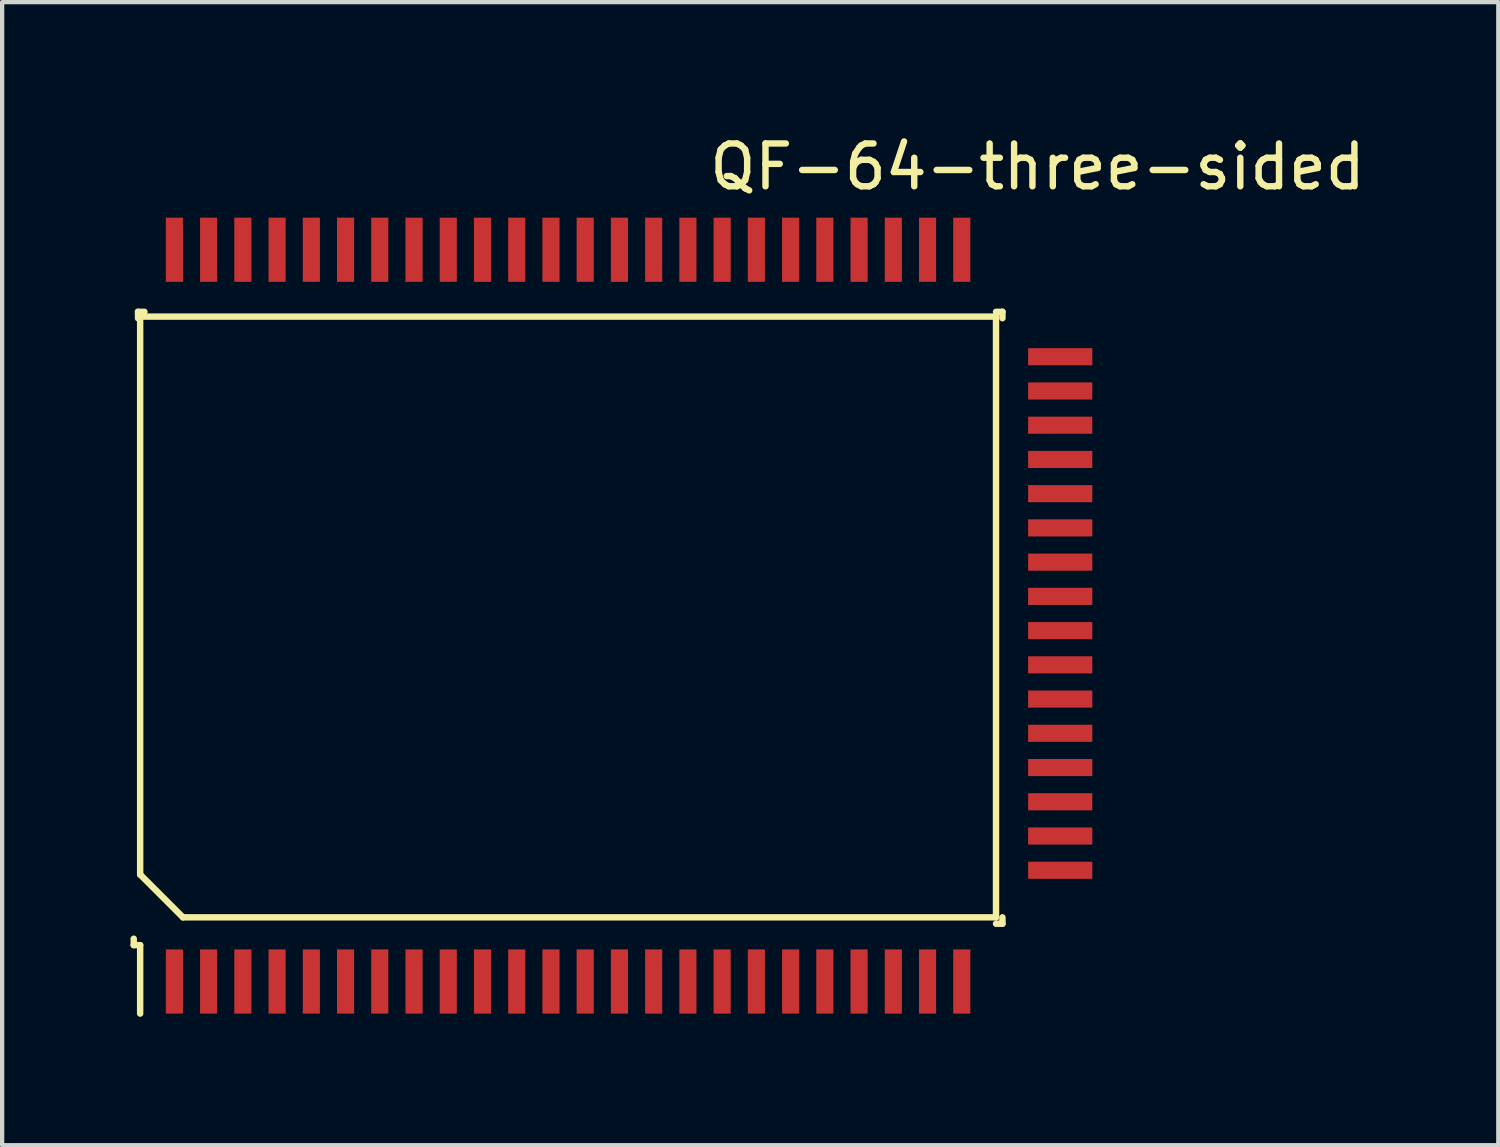
<source format=kicad_pcb>
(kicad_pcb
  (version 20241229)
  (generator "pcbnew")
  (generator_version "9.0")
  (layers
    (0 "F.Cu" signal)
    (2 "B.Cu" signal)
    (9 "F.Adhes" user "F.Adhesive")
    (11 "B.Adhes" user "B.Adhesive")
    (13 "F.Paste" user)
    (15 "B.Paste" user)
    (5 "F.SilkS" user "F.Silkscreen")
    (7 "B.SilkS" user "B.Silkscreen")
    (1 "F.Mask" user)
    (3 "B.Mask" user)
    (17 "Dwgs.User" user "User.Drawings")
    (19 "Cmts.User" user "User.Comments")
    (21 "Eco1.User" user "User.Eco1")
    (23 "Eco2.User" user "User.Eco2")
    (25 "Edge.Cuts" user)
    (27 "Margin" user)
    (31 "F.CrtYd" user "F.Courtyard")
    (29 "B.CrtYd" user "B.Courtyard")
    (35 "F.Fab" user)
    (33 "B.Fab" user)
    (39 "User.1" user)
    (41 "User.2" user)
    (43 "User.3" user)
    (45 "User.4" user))
  (footprint "QF-64-three-sided"
    (layer "F.Cu")
    (at 9.895 8.648)
    (property "Reference" "QF-64-three-sided" (at 11.3 -7.8 0) (layer "F.SilkS") (effects (font (size 1 1) (thickness 0.15))))
    (attr smd)
    (fp_line (start -9.82 10.238) (end -9.82 10.388) (stroke (width 0.15) (type solid)) (layer "F.SilkS"))
    (fp_line (start -9.82 10.388) (end -9.67 10.388) (stroke (width 0.15) (type solid)) (layer "F.SilkS"))
    (fp_line (start -9.72 -4.412) (end -9.57 -4.412) (stroke (width 0.15) (type solid)) (layer "F.SilkS"))
    (fp_line (start -9.72 -4.262) (end -9.72 -4.412) (stroke (width 0.15) (type solid)) (layer "F.SilkS"))
    (fp_line (start -9.67 -4.303) (end -9.67 8.738) (stroke (width 0.15) (type solid)) (layer "F.SilkS"))
    (fp_line (start -9.67 8.738) (end -8.67 9.738) (stroke (width 0.15) (type solid)) (layer "F.SilkS"))
    (fp_line (start -9.67 10.388) (end -9.67 11.988) (stroke (width 0.15) (type solid)) (layer "F.SilkS"))
    (fp_line (start -8.67 9.738) (end 10.33 9.738) (stroke (width 0.15) (type solid)) (layer "F.SilkS"))
    (fp_line (start 10.3 -4.3) (end -9.7 -4.3) (stroke (width 0.15) (type solid)) (layer "F.SilkS"))
    (fp_line (start 10.33 9.738) (end 10.33 -4.303) (stroke (width 0.15) (type solid)) (layer "F.SilkS"))
    (fp_line (start 10.48 -4.412) (end 10.33 -4.412) (stroke (width 0.15) (type solid)) (layer "F.SilkS"))
    (fp_line (start 10.48 -4.262) (end 10.48 -4.412) (stroke (width 0.15) (type solid)) (layer "F.SilkS"))
    (fp_line (start 10.48 9.738) (end 10.48 9.888) (stroke (width 0.15) (type solid)) (layer "F.SilkS"))
    (fp_line (start 10.48 9.888) (end 10.33 9.888) (stroke (width 0.15) (type solid)) (layer "F.SilkS"))
    (pad "1" smd rect (at -8.87 11.238 180) (size 0.4 1.5) (layers "F.Cu" "F.Mask" "F.Paste"))
    (pad "2" smd rect (at -8.07 11.238 180) (size 0.4 1.5) (layers "F.Cu" "F.Mask" "F.Paste"))
    (pad "3" smd rect (at -7.27 11.238 180) (size 0.4 1.5) (layers "F.Cu" "F.Mask" "F.Paste"))
    (pad "4" smd rect (at -6.47 11.238 180) (size 0.4 1.5) (layers "F.Cu" "F.Mask" "F.Paste"))
    (pad "5" smd rect (at -5.67 11.238 180) (size 0.4 1.5) (layers "F.Cu" "F.Mask" "F.Paste"))
    (pad "6" smd rect (at -4.87 11.238 180) (size 0.4 1.5) (layers "F.Cu" "F.Mask" "F.Paste"))
    (pad "7" smd rect (at -4.07 11.238 180) (size 0.4 1.5) (layers "F.Cu" "F.Mask" "F.Paste"))
    (pad "8" smd rect (at -3.27 11.238 180) (size 0.4 1.5) (layers "F.Cu" "F.Mask" "F.Paste"))
    (pad "9" smd rect (at -2.47 11.238 180) (size 0.4 1.5) (layers "F.Cu" "F.Mask" "F.Paste"))
    (pad "10" smd rect (at -1.67 11.238 180) (size 0.4 1.5) (layers "F.Cu" "F.Mask" "F.Paste"))
    (pad "11" smd rect (at -0.87 11.238 180) (size 0.4 1.5) (layers "F.Cu" "F.Mask" "F.Paste"))
    (pad "12" smd rect (at -0.07 11.238 180) (size 0.4 1.5) (layers "F.Cu" "F.Mask" "F.Paste"))
    (pad "13" smd rect (at 0.73 11.238 180) (size 0.4 1.5) (layers "F.Cu" "F.Mask" "F.Paste"))
    (pad "14" smd rect (at 1.53 11.238 180) (size 0.4 1.5) (layers "F.Cu" "F.Mask" "F.Paste"))
    (pad "15" smd rect (at 2.33 11.238 180) (size 0.4 1.5) (layers "F.Cu" "F.Mask" "F.Paste"))
    (pad "16" smd rect (at 3.13 11.238 180) (size 0.4 1.5) (layers "F.Cu" "F.Mask" "F.Paste"))
    (pad "17" smd rect (at 3.93 11.238 180) (size 0.4 1.5) (layers "F.Cu" "F.Mask" "F.Paste"))
    (pad "18" smd rect (at 4.73 11.238 180) (size 0.4 1.5) (layers "F.Cu" "F.Mask" "F.Paste"))
    (pad "19" smd rect (at 5.53 11.238 180) (size 0.4 1.5) (layers "F.Cu" "F.Mask" "F.Paste"))
    (pad "20" smd rect (at 6.33 11.238 180) (size 0.4 1.5) (layers "F.Cu" "F.Mask" "F.Paste"))
    (pad "21" smd rect (at 7.13 11.238 180) (size 0.4 1.5) (layers "F.Cu" "F.Mask" "F.Paste"))
    (pad "22" smd rect (at 7.93 11.238 180) (size 0.4 1.5) (layers "F.Cu" "F.Mask" "F.Paste"))
    (pad "23" smd rect (at 8.73 11.238 180) (size 0.4 1.5) (layers "F.Cu" "F.Mask" "F.Paste"))
    (pad "24" smd rect (at 9.53 11.238 180) (size 0.4 1.5) (layers "F.Cu" "F.Mask" "F.Paste"))
    (pad "25" smd rect (at 11.83 8.638 90) (size 0.4 1.5) (layers "F.Cu" "F.Mask" "F.Paste"))
    (pad "26" smd rect (at 11.83 7.838 90) (size 0.4 1.5) (layers "F.Cu" "F.Mask" "F.Paste"))
    (pad "27" smd rect (at 11.83 7.038 90) (size 0.4 1.5) (layers "F.Cu" "F.Mask" "F.Paste"))
    (pad "28" smd rect (at 11.83 6.238 90) (size 0.4 1.5) (layers "F.Cu" "F.Mask" "F.Paste"))
    (pad "29" smd rect (at 11.83 5.438 90) (size 0.4 1.5) (layers "F.Cu" "F.Mask" "F.Paste"))
    (pad "30" smd rect (at 11.83 4.638 90) (size 0.4 1.5) (layers "F.Cu" "F.Mask" "F.Paste"))
    (pad "31" smd rect (at 11.83 3.838 90) (size 0.4 1.5) (layers "F.Cu" "F.Mask" "F.Paste"))
    (pad "32" smd rect (at 11.83 3.038 90) (size 0.4 1.5) (layers "F.Cu" "F.Mask" "F.Paste"))
    (pad "33" smd rect (at 11.83 2.238 90) (size 0.4 1.5) (layers "F.Cu" "F.Mask" "F.Paste"))
    (pad "34" smd rect (at 11.83 1.438 90) (size 0.4 1.5) (layers "F.Cu" "F.Mask" "F.Paste"))
    (pad "35" smd rect (at 11.83 0.638 90) (size 0.4 1.5) (layers "F.Cu" "F.Mask" "F.Paste"))
    (pad "36" smd rect (at 11.83 -0.162 90) (size 0.4 1.5) (layers "F.Cu" "F.Mask" "F.Paste"))
    (pad "37" smd rect (at 11.83 -0.962 90) (size 0.4 1.5) (layers "F.Cu" "F.Mask" "F.Paste"))
    (pad "38" smd rect (at 11.83 -1.762 90) (size 0.4 1.5) (layers "F.Cu" "F.Mask" "F.Paste"))
    (pad "39" smd rect (at 11.83 -2.562 90) (size 0.4 1.5) (layers "F.Cu" "F.Mask" "F.Paste"))
    (pad "40" smd rect (at 11.83 -3.362 90) (size 0.4 1.5) (layers "F.Cu" "F.Mask" "F.Paste"))
    (pad "41" smd rect (at 9.53 -5.862 180) (size 0.4 1.5) (layers "F.Cu" "F.Mask" "F.Paste"))
    (pad "42" smd rect (at 8.73 -5.862 180) (size 0.4 1.5) (layers "F.Cu" "F.Mask" "F.Paste"))
    (pad "43" smd rect (at 7.93 -5.862 180) (size 0.4 1.5) (layers "F.Cu" "F.Mask" "F.Paste"))
    (pad "44" smd rect (at 7.13 -5.862 180) (size 0.4 1.5) (layers "F.Cu" "F.Mask" "F.Paste"))
    (pad "45" smd rect (at 6.33 -5.862 180) (size 0.4 1.5) (layers "F.Cu" "F.Mask" "F.Paste"))
    (pad "46" smd rect (at 5.53 -5.862 180) (size 0.4 1.5) (layers "F.Cu" "F.Mask" "F.Paste"))
    (pad "47" smd rect (at 4.73 -5.862 180) (size 0.4 1.5) (layers "F.Cu" "F.Mask" "F.Paste"))
    (pad "48" smd rect (at 3.93 -5.862 180) (size 0.4 1.5) (layers "F.Cu" "F.Mask" "F.Paste"))
    (pad "49" smd rect (at 3.13 -5.862 180) (size 0.4 1.5) (layers "F.Cu" "F.Mask" "F.Paste"))
    (pad "50" smd rect (at 2.33 -5.862 180) (size 0.4 1.5) (layers "F.Cu" "F.Mask" "F.Paste"))
    (pad "51" smd rect (at 1.53 -5.862 180) (size 0.4 1.5) (layers "F.Cu" "F.Mask" "F.Paste"))
    (pad "52" smd rect (at 0.73 -5.862 180) (size 0.4 1.5) (layers "F.Cu" "F.Mask" "F.Paste"))
    (pad "53" smd rect (at -0.07 -5.862 180) (size 0.4 1.5) (layers "F.Cu" "F.Mask" "F.Paste"))
    (pad "54" smd rect (at -0.87 -5.862 180) (size 0.4 1.5) (layers "F.Cu" "F.Mask" "F.Paste"))
    (pad "55" smd rect (at -1.67 -5.862 180) (size 0.4 1.5) (layers "F.Cu" "F.Mask" "F.Paste"))
    (pad "56" smd rect (at -2.47 -5.862 180) (size 0.4 1.5) (layers "F.Cu" "F.Mask" "F.Paste"))
    (pad "57" smd rect (at -3.27 -5.862 180) (size 0.4 1.5) (layers "F.Cu" "F.Mask" "F.Paste"))
    (pad "58" smd rect (at -4.07 -5.862 180) (size 0.4 1.5) (layers "F.Cu" "F.Mask" "F.Paste"))
    (pad "59" smd rect (at -4.87 -5.862 180) (size 0.4 1.5) (layers "F.Cu" "F.Mask" "F.Paste"))
    (pad "60" smd rect (at -5.67 -5.862 180) (size 0.4 1.5) (layers "F.Cu" "F.Mask" "F.Paste"))
    (pad "61" smd rect (at -6.47 -5.862 180) (size 0.4 1.5) (layers "F.Cu" "F.Mask" "F.Paste"))
    (pad "62" smd rect (at -7.27 -5.862 180) (size 0.4 1.5) (layers "F.Cu" "F.Mask" "F.Paste"))
    (pad "63" smd rect (at -8.07 -5.862 180) (size 0.4 1.5) (layers "F.Cu" "F.Mask" "F.Paste"))
    (pad "64" smd rect (at -8.87 -5.862 180) (size 0.4 1.5) (layers "F.Cu" "F.Mask" "F.Paste")))
  (gr_rect
    (start -3 -3)
    (end 31.962 23.711)
    (stroke (width 0.1) (type default))
    (fill no)
    (layer "Edge.Cuts")))
</source>
